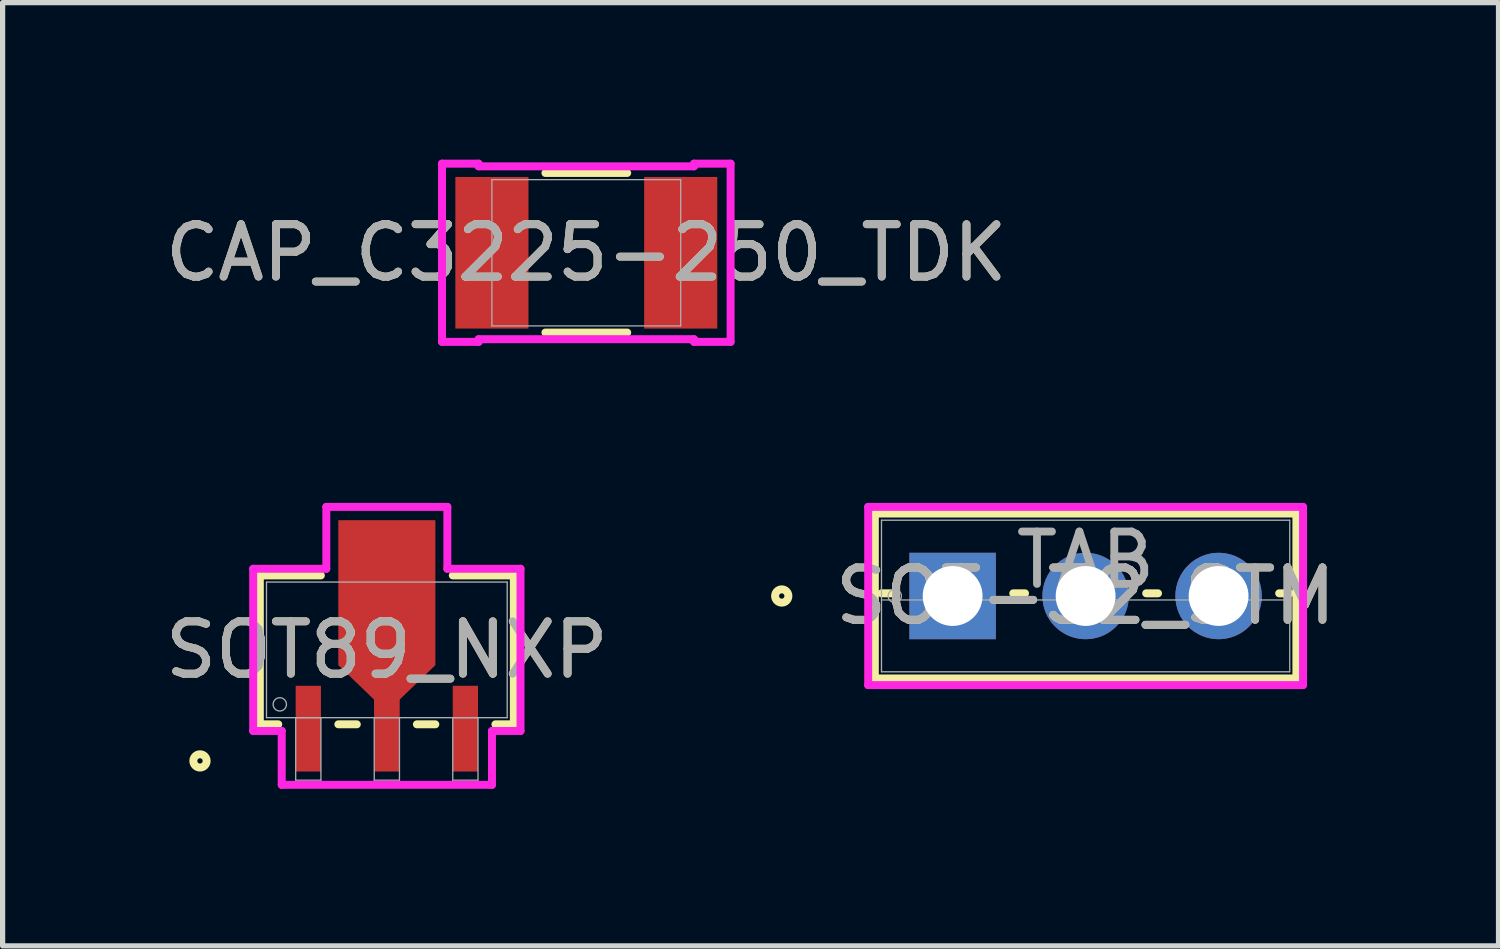
<source format=kicad_pcb>
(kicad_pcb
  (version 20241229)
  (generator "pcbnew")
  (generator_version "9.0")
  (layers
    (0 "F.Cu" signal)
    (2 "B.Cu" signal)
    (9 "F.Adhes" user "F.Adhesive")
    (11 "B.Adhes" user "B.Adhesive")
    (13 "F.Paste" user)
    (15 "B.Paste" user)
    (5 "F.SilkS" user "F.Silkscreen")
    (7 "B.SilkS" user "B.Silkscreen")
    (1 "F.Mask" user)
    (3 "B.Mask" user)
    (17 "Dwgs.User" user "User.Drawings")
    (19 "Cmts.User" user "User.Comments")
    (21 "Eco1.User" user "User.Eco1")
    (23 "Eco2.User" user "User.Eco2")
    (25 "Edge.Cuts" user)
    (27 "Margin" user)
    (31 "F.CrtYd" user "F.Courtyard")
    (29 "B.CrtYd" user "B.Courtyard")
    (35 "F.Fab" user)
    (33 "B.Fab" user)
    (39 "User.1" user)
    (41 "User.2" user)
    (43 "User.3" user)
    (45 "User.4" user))
  (footprint "SOT89_NXP"
    (layer "F.Cu")
    (at 4.339 9.363)
    (property "Reference" "SOT89_NXP" (at 0 0 0) (unlocked yes) (layer "F.SilkS") (effects (font (size 1 1) (thickness 0.15))))
    (attr smd)
    (fp_poly (pts (xy -0.241 1.295) (xy -0.241 0.953) (xy -0.927 0.292) (xy -0.927 -2.477) (xy -0.476 -2.477) (xy 0.476 -2.477) (xy 0.927 -2.477) (xy 0.927 0.292) (xy 0.241 0.953) (xy 0.241 1.295)) (stroke (width 0) (type solid)) (fill yes) (layer "F.Cu"))
    (fp_poly (pts (xy -0.241 1.295) (xy -0.241 0.953) (xy -0.927 0.292) (xy -0.927 -2.477) (xy 0.927 -2.477) (xy 0.927 0.292) (xy 0.241 0.953) (xy 0.241 1.295)) (stroke (width 0) (type solid)) (fill yes) (layer "F.Mask"))
    (fp_line (start -2.426 -1.422) (end -2.426 1.422) (stroke (width 0.152) (type solid)) (layer "F.SilkS"))
    (fp_line (start -2.426 1.422) (end -2.074 1.422) (stroke (width 0.152) (type solid)) (layer "F.SilkS"))
    (fp_line (start -1.26 -1.422) (end -2.426 -1.422) (stroke (width 0.152) (type solid)) (layer "F.SilkS"))
    (fp_line (start -0.926 1.422) (end -0.574 1.422) (stroke (width 0.152) (type solid)) (layer "F.SilkS"))
    (fp_line (start 0.574 1.422) (end 0.926 1.422) (stroke (width 0.152) (type solid)) (layer "F.SilkS"))
    (fp_line (start 2.074 1.422) (end 2.426 1.422) (stroke (width 0.152) (type solid)) (layer "F.SilkS"))
    (fp_line (start 2.426 -1.422) (end 1.26 -1.422) (stroke (width 0.152) (type solid)) (layer "F.SilkS"))
    (fp_line (start 2.426 1.422) (end 2.426 -1.422) (stroke (width 0.152) (type solid)) (layer "F.SilkS"))
    (fp_circle (center -3.569 2.121) (end -3.442 2.121) (stroke (width 0.152) (type solid)) (fill no) (layer "F.SilkS"))
    (fp_poly (pts (xy -0.241 1.295) (xy -0.241 0.953) (xy -0.927 0.292) (xy -0.927 -2.477) (xy 0.927 -2.477) (xy 0.927 0.292) (xy 0.241 0.953) (xy 0.241 1.295)) (stroke (width 0) (type solid)) (fill yes) (layer "F.Paste"))
    (fp_line (start -2.553 -1.549) (end -1.156 -1.549) (stroke (width 0.152) (type solid)) (layer "F.CrtYd"))
    (fp_line (start -2.553 1.549) (end -2.553 -1.549) (stroke (width 0.152) (type solid)) (layer "F.CrtYd"))
    (fp_line (start -2.008 1.549) (end -2.553 1.549) (stroke (width 0.152) (type solid)) (layer "F.CrtYd"))
    (fp_line (start -2.008 2.578) (end -2.008 1.549) (stroke (width 0.152) (type solid)) (layer "F.CrtYd"))
    (fp_line (start -1.156 -2.731) (end 1.156 -2.731) (stroke (width 0.152) (type solid)) (layer "F.CrtYd"))
    (fp_line (start -1.156 -1.549) (end -1.156 -2.731) (stroke (width 0.152) (type solid)) (layer "F.CrtYd"))
    (fp_line (start 1.156 -2.731) (end 1.156 -1.549) (stroke (width 0.152) (type solid)) (layer "F.CrtYd"))
    (fp_line (start 1.156 -1.549) (end 2.553 -1.549) (stroke (width 0.152) (type solid)) (layer "F.CrtYd"))
    (fp_line (start 2.008 1.549) (end 2.008 2.578) (stroke (width 0.152) (type solid)) (layer "F.CrtYd"))
    (fp_line (start 2.008 2.578) (end -2.008 2.578) (stroke (width 0.152) (type solid)) (layer "F.CrtYd"))
    (fp_line (start 2.553 -1.549) (end 2.553 1.549) (stroke (width 0.152) (type solid)) (layer "F.CrtYd"))
    (fp_line (start 2.553 1.549) (end 2.008 1.549) (stroke (width 0.152) (type solid)) (layer "F.CrtYd"))
    (fp_line (start -2.299 -1.295) (end -2.299 1.295) (stroke (width 0.025) (type solid)) (layer "F.Fab"))
    (fp_line (start -2.299 1.295) (end 2.299 1.295) (stroke (width 0.025) (type solid)) (layer "F.Fab"))
    (fp_line (start -1.741 1.295) (end -1.741 2.489) (stroke (width 0.025) (type solid)) (layer "F.Fab"))
    (fp_line (start -1.741 2.489) (end -1.259 2.489) (stroke (width 0.025) (type solid)) (layer "F.Fab"))
    (fp_line (start -1.259 1.295) (end -1.741 1.295) (stroke (width 0.025) (type solid)) (layer "F.Fab"))
    (fp_line (start -1.259 2.489) (end -1.259 1.295) (stroke (width 0.025) (type solid)) (layer "F.Fab"))
    (fp_line (start -0.241 1.295) (end -0.241 2.489) (stroke (width 0.025) (type solid)) (layer "F.Fab"))
    (fp_line (start -0.241 2.489) (end 0.241 2.489) (stroke (width 0.025) (type solid)) (layer "F.Fab"))
    (fp_line (start 0.241 1.295) (end -0.241 1.295) (stroke (width 0.025) (type solid)) (layer "F.Fab"))
    (fp_line (start 0.241 2.489) (end 0.241 1.295) (stroke (width 0.025) (type solid)) (layer "F.Fab"))
    (fp_line (start 1.259 1.295) (end 1.259 2.489) (stroke (width 0.025) (type solid)) (layer "F.Fab"))
    (fp_line (start 1.259 2.489) (end 1.741 2.489) (stroke (width 0.025) (type solid)) (layer "F.Fab"))
    (fp_line (start 1.741 1.295) (end 1.259 1.295) (stroke (width 0.025) (type solid)) (layer "F.Fab"))
    (fp_line (start 1.741 2.489) (end 1.741 1.295) (stroke (width 0.025) (type solid)) (layer "F.Fab"))
    (fp_line (start 2.299 -1.295) (end -2.299 -1.295) (stroke (width 0.025) (type solid)) (layer "F.Fab"))
    (fp_line (start 2.299 1.295) (end 2.299 -1.295) (stroke (width 0.025) (type solid)) (layer "F.Fab"))
    (fp_circle (center -2.045 1.041) (end -1.918 1.041) (stroke (width 0.025) (type solid)) (fill no) (layer "F.Fab"))
    (fp_text user "${REFERENCE}" (at 0 0 0) (unlocked yes) (layer "F.Fab") (effects (font (size 1 1) (thickness 0.15))))
    (pad "1" smd rect (at -1.5 1.505) (size 0.483 1.638) (layers "F.Cu" "F.Mask" "F.Paste"))
    (pad "2" smd rect (at 0 1.505) (size 0.483 1.638) (layers "F.Cu" "F.Mask" "F.Paste"))
    (pad "3" smd rect (at 1.5 1.505) (size 0.483 1.638) (layers "F.Cu" "F.Mask" "F.Paste")))
  (footprint "CAP_C3225-250_TDK"
    (layer "F.Cu")
    (at 8.149 1.778)
    (property "Reference" "CAP_C3225-250_TDK" (at 0 0 0) (unlocked yes) (layer "F.SilkS") (effects (font (size 1 1) (thickness 0.15))))
    (attr smd)
    (fp_line (start -0.781 1.524) (end 0.781 1.524) (stroke (width 0.152) (type solid)) (layer "F.SilkS"))
    (fp_line (start 0.781 -1.524) (end -0.781 -1.524) (stroke (width 0.152) (type solid)) (layer "F.SilkS"))
    (fp_line (start -2.756 -1.702) (end -2.057 -1.702) (stroke (width 0.152) (type solid)) (layer "F.CrtYd"))
    (fp_line (start -2.756 1.702) (end -2.756 -1.702) (stroke (width 0.152) (type solid)) (layer "F.CrtYd"))
    (fp_line (start -2.057 -1.702) (end -2.057 -1.651) (stroke (width 0.152) (type solid)) (layer "F.CrtYd"))
    (fp_line (start -2.057 -1.651) (end 2.057 -1.651) (stroke (width 0.152) (type solid)) (layer "F.CrtYd"))
    (fp_line (start -2.057 1.651) (end -2.057 1.702) (stroke (width 0.152) (type solid)) (layer "F.CrtYd"))
    (fp_line (start -2.057 1.702) (end -2.756 1.702) (stroke (width 0.152) (type solid)) (layer "F.CrtYd"))
    (fp_line (start 2.057 -1.702) (end 2.756 -1.702) (stroke (width 0.152) (type solid)) (layer "F.CrtYd"))
    (fp_line (start 2.057 -1.651) (end 2.057 -1.702) (stroke (width 0.152) (type solid)) (layer "F.CrtYd"))
    (fp_line (start 2.057 1.651) (end -2.057 1.651) (stroke (width 0.152) (type solid)) (layer "F.CrtYd"))
    (fp_line (start 2.057 1.702) (end 2.057 1.651) (stroke (width 0.152) (type solid)) (layer "F.CrtYd"))
    (fp_line (start 2.756 -1.702) (end 2.756 1.702) (stroke (width 0.152) (type solid)) (layer "F.CrtYd"))
    (fp_line (start 2.756 1.702) (end 2.057 1.702) (stroke (width 0.152) (type solid)) (layer "F.CrtYd"))
    (fp_line (start -1.803 -1.397) (end -1.803 1.397) (stroke (width 0.025) (type solid)) (layer "F.Fab"))
    (fp_line (start -1.803 1.397) (end 1.803 1.397) (stroke (width 0.025) (type solid)) (layer "F.Fab"))
    (fp_line (start 1.803 -1.397) (end -1.803 -1.397) (stroke (width 0.025) (type solid)) (layer "F.Fab"))
    (fp_line (start 1.803 1.397) (end 1.803 -1.397) (stroke (width 0.025) (type solid)) (layer "F.Fab"))
    (fp_text user "${REFERENCE}" (at 0 0 0) (unlocked yes) (layer "F.Fab") (effects (font (size 1 1) (thickness 0.15))))
    (pad "1" smd rect (at -1.803 0) (size 1.397 2.896) (layers "F.Cu" "F.Mask" "F.Paste"))
    (pad "2" smd rect (at 1.803 0) (size 1.397 2.896) (layers "F.Cu" "F.Mask" "F.Paste"))
    (zone (net_name "") (layer "F.Cu") (hatch full 0.508) (connect_pads) (min_thickness 0.254) (filled_areas_thickness no) (keepout (tracks not_allowed) (vias not_allowed) (pads allowed) (copperpour not_allowed) (footprints allowed)) (placement (enabled no)) (fill) (polygon (pts (xy 7.095 0.381) (xy 9.203 0.381) (xy 9.203 3.175) (xy 7.095 3.175)))))
  (footprint "SOT-32_STM"
    (layer "F.Cu")
    (at 15.146 8.334)
    (property "Reference" "SOT-32_STM" (at 2.54 0 0) (unlocked yes) (layer "F.SilkS") (effects (font (size 1 1) (thickness 0.15))))
    (attr through_hole)
    (fp_line (start -1.486 -1.575) (end -1.486 1.575) (stroke (width 0.152) (type solid)) (layer "F.SilkS"))
    (fp_line (start -1.486 1.575) (end 6.566 1.575) (stroke (width 0.152) (type solid)) (layer "F.SilkS"))
    (fp_line (start -1.359 -0.051) (end -1.158 -0.051) (stroke (width 0.152) (type solid)) (layer "F.SilkS"))
    (fp_line (start 1.158 -0.051) (end 1.383 -0.051) (stroke (width 0.152) (type solid)) (layer "F.SilkS"))
    (fp_line (start 3.697 -0.051) (end 3.923 -0.051) (stroke (width 0.152) (type solid)) (layer "F.SilkS"))
    (fp_line (start 6.237 -0.051) (end 6.439 -0.051) (stroke (width 0.152) (type solid)) (layer "F.SilkS"))
    (fp_line (start 6.566 -1.575) (end -1.486 -1.575) (stroke (width 0.152) (type solid)) (layer "F.SilkS"))
    (fp_line (start 6.566 1.575) (end 6.566 -1.575) (stroke (width 0.152) (type solid)) (layer "F.SilkS"))
    (fp_circle (center -3.264 0) (end -3.137 0) (stroke (width 0.152) (type solid)) (fill no) (layer "F.SilkS"))
    (fp_line (start -1.613 -1.702) (end -1.613 1.702) (stroke (width 0.152) (type solid)) (layer "F.CrtYd"))
    (fp_line (start -1.613 1.702) (end 6.693 1.702) (stroke (width 0.152) (type solid)) (layer "F.CrtYd"))
    (fp_line (start 6.693 -1.702) (end -1.613 -1.702) (stroke (width 0.152) (type solid)) (layer "F.CrtYd"))
    (fp_line (start 6.693 1.702) (end 6.693 -1.702) (stroke (width 0.152) (type solid)) (layer "F.CrtYd"))
    (fp_line (start -1.359 -1.448) (end -1.359 1.448) (stroke (width 0.025) (type solid)) (layer "F.Fab"))
    (fp_line (start -1.359 0.076) (end 6.439 0.076) (stroke (width 0.025) (type solid)) (layer "F.Fab"))
    (fp_line (start -1.359 1.448) (end 6.439 1.448) (stroke (width 0.025) (type solid)) (layer "F.Fab"))
    (fp_line (start 6.439 -1.448) (end -1.359 -1.448) (stroke (width 0.025) (type solid)) (layer "F.Fab"))
    (fp_line (start 6.439 1.448) (end 6.439 -1.448) (stroke (width 0.025) (type solid)) (layer "F.Fab"))
    (fp_circle (center -1.105 0) (end -0.978 0) (stroke (width 0.025) (type solid)) (fill no) (layer "F.Fab"))
    (fp_text user "${REFERENCE}" (at 2.54 0 0) (unlocked yes) (layer "F.Fab") (effects (font (size 1 1) (thickness 0.15))))
    (fp_text user "TAB" (at 2.54 -0.686 0) (unlocked yes) (layer "F.Fab") (effects (font (size 1 1) (thickness 0.15))))
    (pad "1" thru_hole rect (at 0 0) (size 1.651 1.651) (drill 1.143) (layers "*.Cu" "*.Mask"))
    (pad "2" thru_hole circle (at 2.54 0) (size 1.651 1.651) (drill 1.143) (layers "*.Cu" "*.Mask"))
    (pad "3" thru_hole circle (at 5.08 0) (size 1.651 1.651) (drill 1.143) (layers "*.Cu" "*.Mask")))
  (gr_rect
    (start -3 -3)
    (end 25.573 15.017)
    (stroke (width 0.1) (type default))
    (fill no)
    (layer "Edge.Cuts")))
</source>
